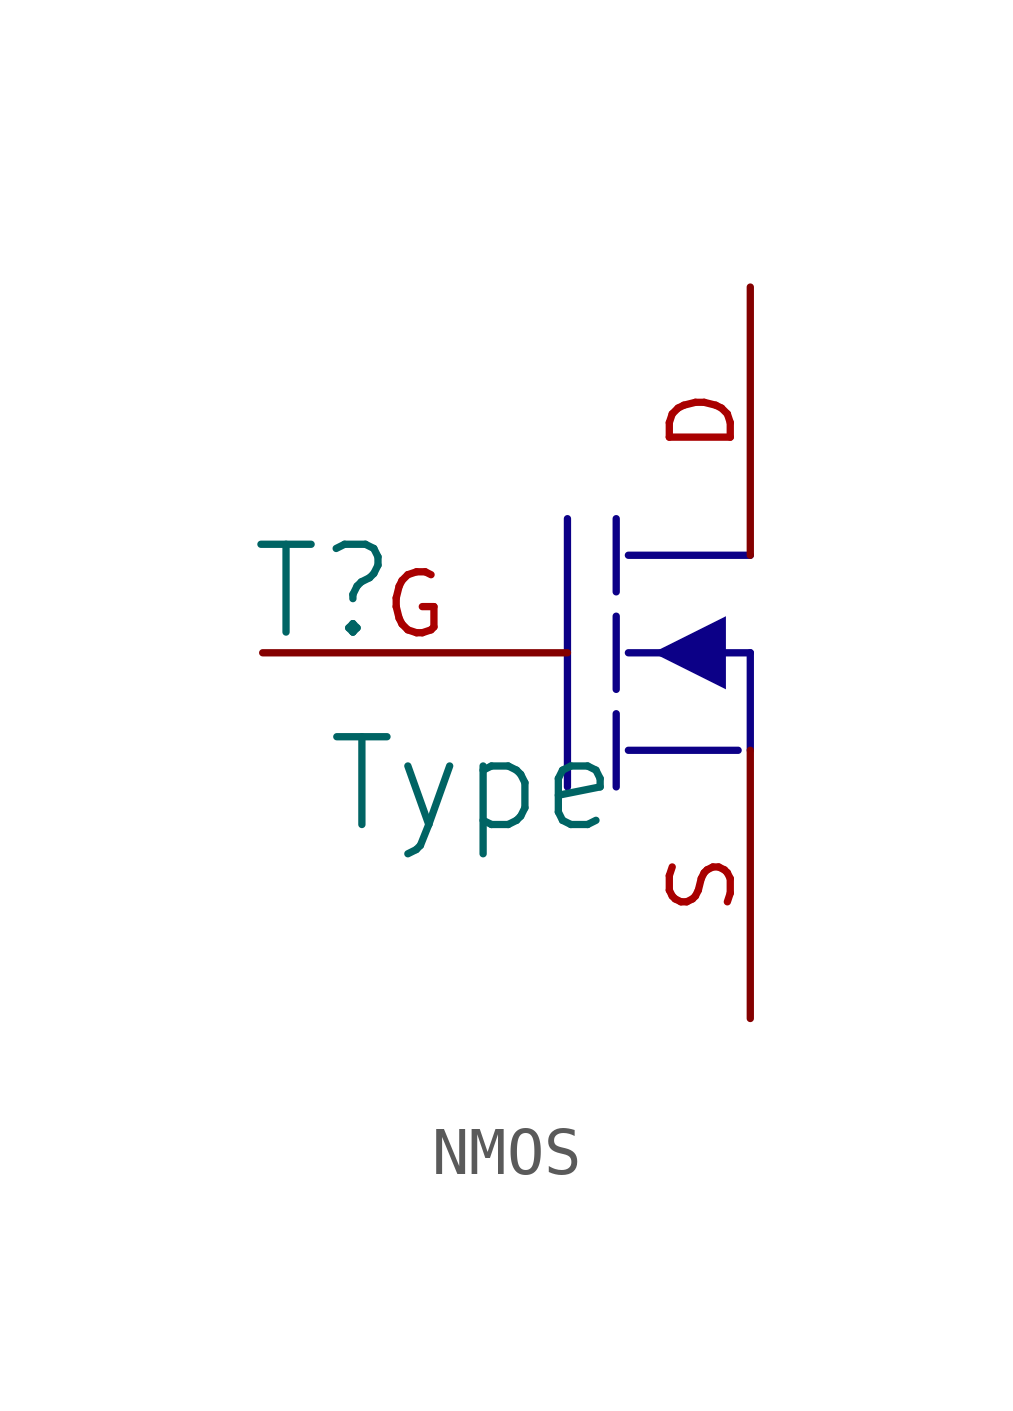
<source format=kicad_sym>
(kicad_symbol_lib
  (version 20241209)
  (generator "kicad_symbol_editor")
  (generator_version "9.0")
  (symbol "NMOS"
    (pin_names
      (hide yes))
    (property "Reference" "T"
      (at -1.27 1.27 0)
      (effects (font (size 1.829 1.829))))
    (property "Value" "Type"
      (at -1.27 -3.81 0)
      (effects (font (size 1.829 1.829)) (justify left bottom)))
    (symbol "NMOS_1_0"
      (polyline (pts (xy 3.81 2.794) (xy 3.81 -2.794)) (stroke (width 0) (type solid) (color 12 0 135 1)) (fill (type none)))
      (polyline (pts (xy 4.826 2.794) (xy 4.826 1.27)) (stroke (width 0) (type solid) (color 12 0 135 1)) (fill (type none)))
      (polyline (pts (xy 4.826 0.762) (xy 4.826 -0.762)) (stroke (width 0) (type solid) (color 12 0 135 1)) (fill (type none)))
      (polyline (pts (xy 4.826 -1.27) (xy 4.826 -2.794)) (stroke (width 0) (type solid) (color 12 0 135 1)) (fill (type none)))
      (polyline (pts (xy 5.08 0) (xy 7.62 0)) (stroke (width 0) (type solid) (color 12 0 135 1)) (fill (type none)))
      (polyline (pts (xy 5.08 -2.032) (xy 7.366 -2.032)) (stroke (width 0) (type solid) (color 12 0 135 1)) (fill (type none)))
      (polyline (pts (xy 7.112 0.762) (xy 5.588 0) (xy 7.112 -0.762) (xy 7.112 0.762)) (stroke (width -0.0001) (type solid) (color 12 0 135 1)) (fill (type outline)))
      (polyline (pts (xy 7.62 2.032) (xy 5.08 2.032)) (stroke (width 0) (type solid) (color 12 0 135 1)) (fill (type none)))
      (polyline (pts (xy 7.62 -2.032) (xy 7.62 0)) (stroke (width 0) (type solid) (color 12 0 135 1)) (fill (type none)))
      (pin passive line (at -2.54 0 0) (length 6.35) (name "G" (effects (font (size 1.27 1.27)))) (number "G" (effects (font (size 1.27 1.27)))))
      (pin passive line (at 7.62 7.62 270) (length 5.588) (name "D" (effects (font (size 1.27 1.27)))) (number "D" (effects (font (size 1.27 1.27)))))
      (pin passive line (at 7.62 -7.62 90) (length 5.588) (name "S" (effects (font (size 1.27 1.27)))) (number "S" (effects (font (size 1.27 1.27))))))))
</source>
